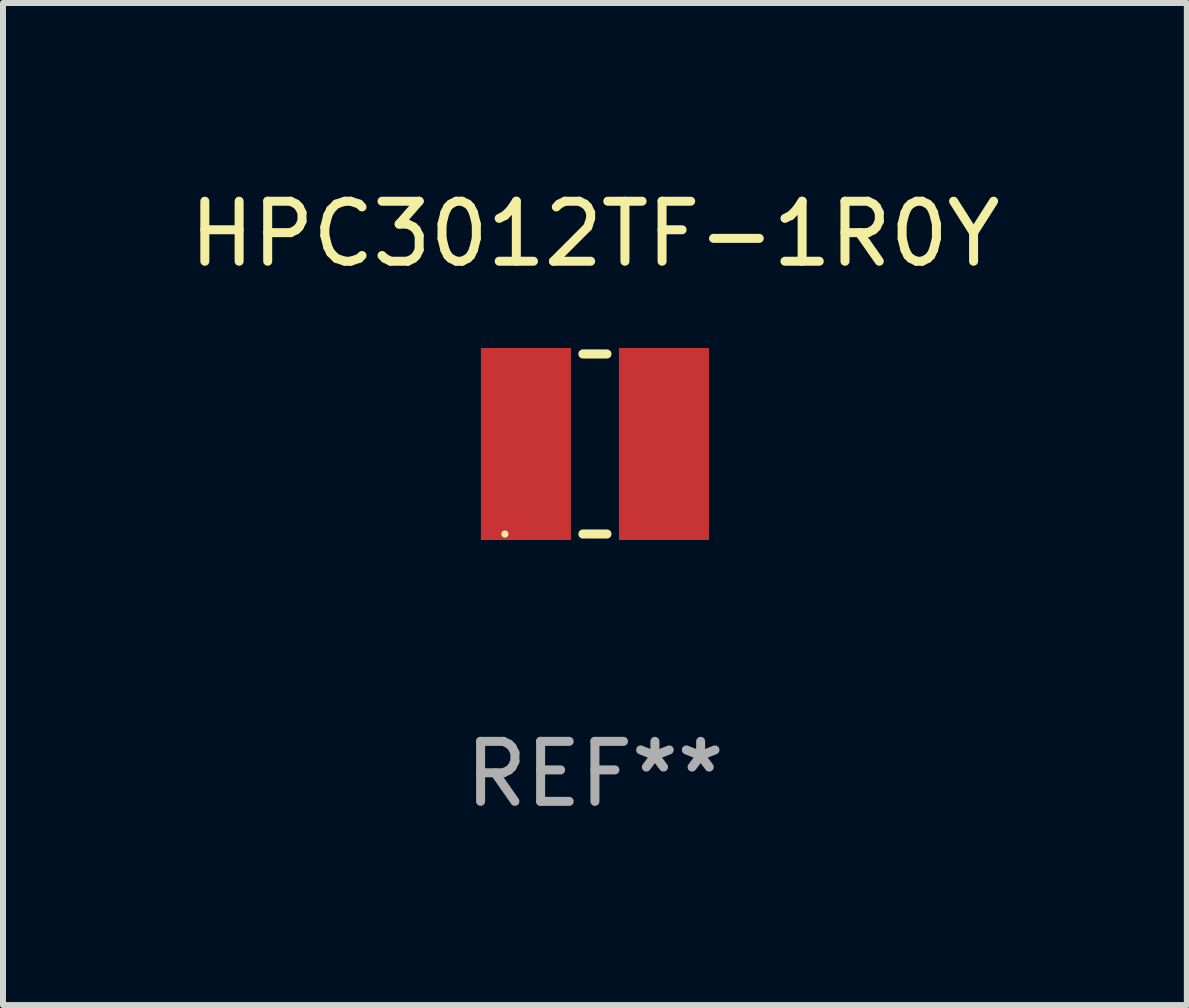
<source format=kicad_pcb>
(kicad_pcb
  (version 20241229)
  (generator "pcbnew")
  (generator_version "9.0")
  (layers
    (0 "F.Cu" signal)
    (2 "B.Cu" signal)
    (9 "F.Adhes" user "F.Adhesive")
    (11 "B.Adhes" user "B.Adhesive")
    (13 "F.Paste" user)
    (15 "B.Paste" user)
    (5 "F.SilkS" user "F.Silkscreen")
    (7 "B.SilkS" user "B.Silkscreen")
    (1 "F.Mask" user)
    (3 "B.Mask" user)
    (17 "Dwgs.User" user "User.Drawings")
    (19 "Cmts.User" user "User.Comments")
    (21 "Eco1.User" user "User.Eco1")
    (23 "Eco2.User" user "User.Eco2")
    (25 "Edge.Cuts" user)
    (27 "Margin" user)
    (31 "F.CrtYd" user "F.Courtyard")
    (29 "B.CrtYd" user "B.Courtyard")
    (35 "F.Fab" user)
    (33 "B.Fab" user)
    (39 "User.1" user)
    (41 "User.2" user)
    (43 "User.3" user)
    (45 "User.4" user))
  (footprint "HPC3012TF-1R0Y"
    (layer "F.Cu")
    (at 6.863 4.348)
    (property "Reference" "HPC3012TF-1R0Y" (at 0 -3.5 0) (layer "F.SilkS") (effects (font (size 1 1) (thickness 0.15))))
    (attr through_hole)
    (fp_line (start -0.2 -1.5) (end 0.2 -1.5) (stroke (width 0.152) (type solid)) (layer "F.SilkS"))
    (fp_line (start 0.2 1.5) (end -0.2 1.5) (stroke (width 0.152) (type solid)) (layer "F.SilkS"))
    (fp_circle (center -1.5 1.5) (end -1.47 1.5) (stroke (width 0.06) (type solid)) (fill no) (layer "F.SilkS"))
    (fp_text user "REF**" (at 0 5.5 0) (layer "F.Fab") (effects (font (size 1 1) (thickness 0.15))))
    (pad "1" smd rect (at -1.15 -0.000025) (size 1.5 3.2) (layers "F.Cu" "F.Mask" "F.Paste"))
    (pad "2" smd rect (at 1.15 -0.000025) (size 1.5 3.2) (layers "F.Cu" "F.Mask" "F.Paste")))
  (gr_rect
    (start -3 -3)
    (end 16.726 13.697)
    (stroke (width 0.1) (type default))
    (fill no)
    (layer "Edge.Cuts")))
</source>
